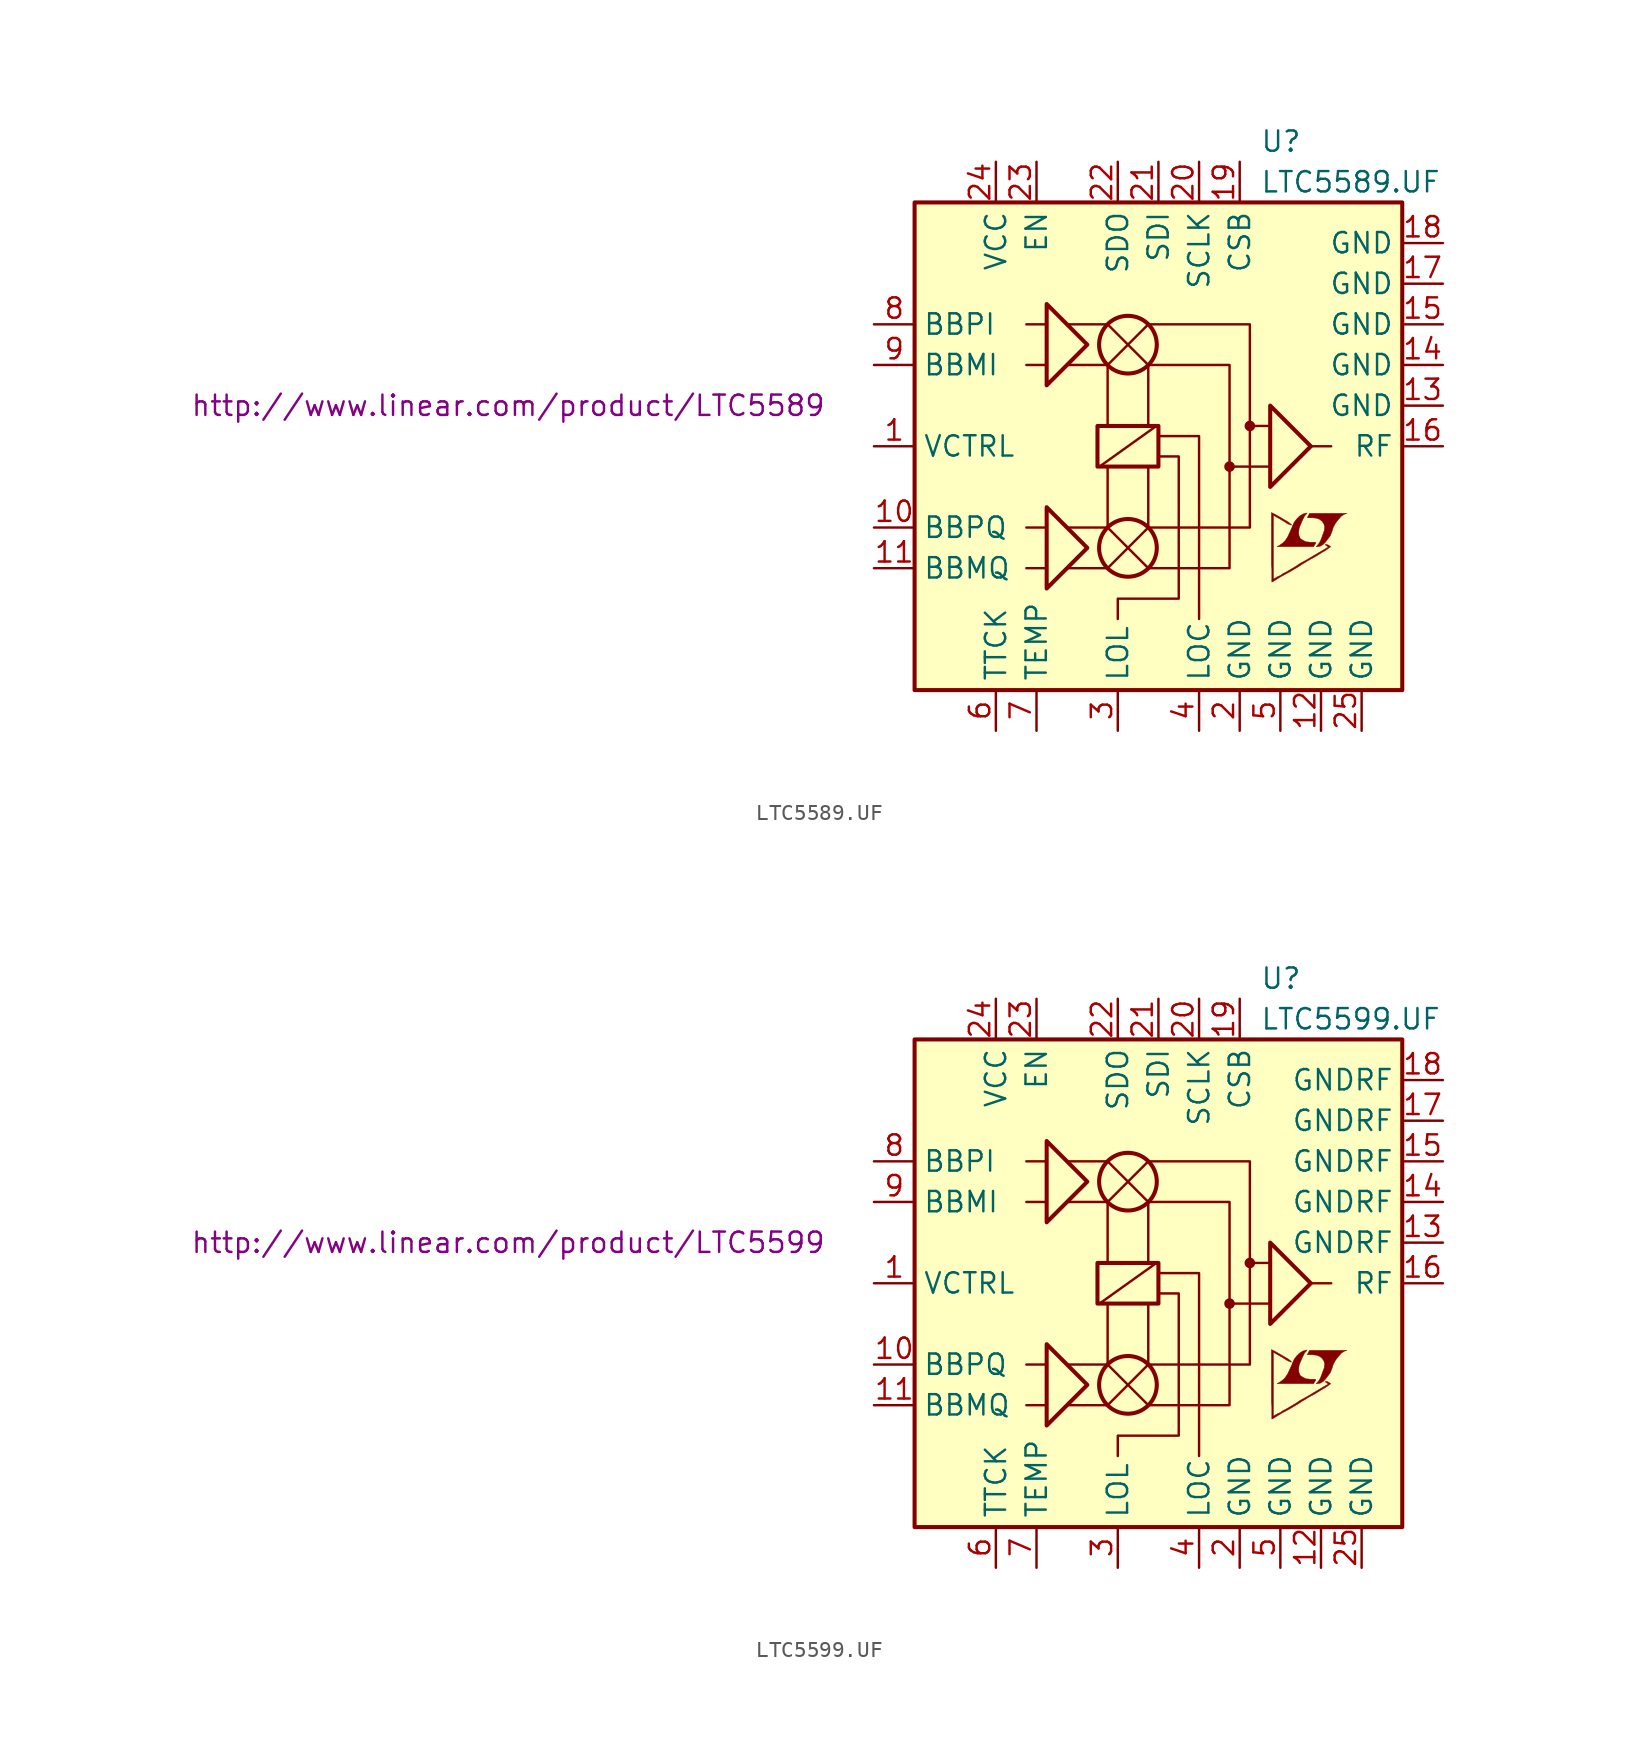
<source format=kicad_sym>
(kicad_symbol_lib
  (version 20201005)
  (generator kicad_symbol_editor)
  (symbol "LTC5589.UF"
    (property "Reference" "U"
      (at 6.35 19.05 0)
      (effects (font (size 1.27 1.27)) (justify left)))
    (property "Value" "LTC5589.UF"
      (at 6.35 16.51 0)
      (effects (font (size 1.27 1.27)) (justify left)))
    (property "Datasheet" "http://www.linear.com/product/LTC5589"
      (at -40.64 2.54 0)
      (effects (font (size 1.27 1.27))))
    (symbol "LTC5589.UF_0_0"
      (polyline (pts (xy 10.109 -6.248) (xy 10.287 -6.147) (xy 10.439 -5.994) (xy 10.744 -5.588) (xy 10.846 -5.334) (xy 10.922 -5.08) (xy 11.074 -4.801) (xy 11.252 -4.572) (xy 11.43 -4.369) (xy 11.633 -4.242) (xy 11.786 -4.191) (xy 9.449 -4.191) (xy 9.373 -4.318) (xy 9.373 -4.343) (xy 9.322 -4.42) (xy 9.296 -4.445) (xy 9.347 -4.47) (xy 9.627 -4.47) (xy 9.881 -4.496) (xy 10.084 -4.572) (xy 10.236 -4.699) (xy 10.338 -4.851) (xy 10.389 -5.029) (xy 10.363 -5.258) (xy 10.363 -5.283) (xy 10.135 -5.893) (xy 10.033 -6.071) (xy 9.931 -6.198) (xy 9.855 -6.274) (xy 9.957 -6.274) (xy 10.109 -6.248)) (stroke (width 0.025)) (fill (type outline)))
      (polyline (pts (xy 9.754 -6.172) (xy 9.779 -6.147) (xy 9.83 -6.071) (xy 9.83 -6.02) (xy 9.779 -5.994) (xy 9.474 -5.994) (xy 9.22 -5.969) (xy 9.017 -5.867) (xy 8.865 -5.766) (xy 8.788 -5.588) (xy 8.763 -5.41) (xy 8.788 -5.182) (xy 8.788 -5.156) (xy 8.839 -5.004) (xy 8.992 -4.648) (xy 9.144 -4.343) (xy 9.22 -4.267) (xy 9.296 -4.166) (xy 9.169 -4.191) (xy 9.017 -4.242) (xy 8.814 -4.369) (xy 8.636 -4.547) (xy 8.484 -4.75) (xy 8.357 -5.029) (xy 8.357 -5.055) (xy 8.204 -5.385) (xy 8.077 -5.664) (xy 7.925 -5.893) (xy 7.772 -6.045) (xy 7.595 -6.172) (xy 7.417 -6.274) (xy 9.703 -6.274) (xy 9.754 -6.172)) (stroke (width 0.025)) (fill (type outline)))
      (polyline (pts (xy 7.163 -8.458) (xy 7.239 -8.407) (xy 7.366 -8.331) (xy 7.442 -8.28) (xy 7.696 -8.128) (xy 8.255 -7.823) (xy 8.763 -7.518) (xy 8.992 -7.366) (xy 9.169 -7.264) (xy 9.322 -7.163) (xy 9.423 -7.112) (xy 9.5 -7.061) (xy 9.652 -6.985) (xy 9.83 -6.883) (xy 10.236 -6.629) (xy 10.414 -6.528) (xy 10.566 -6.426) (xy 10.668 -6.35) (xy 10.744 -6.299) (xy 10.77 -6.274) (xy 10.617 -6.172) (xy 10.465 -6.121) (xy 10.439 -6.147) (xy 10.439 -6.172) (xy 10.516 -6.223) (xy 10.617 -6.299) (xy 9.703 -6.833) (xy 9.5 -6.96) (xy 9.195 -7.137) (xy 8.865 -7.315) (xy 8.56 -7.518) (xy 8.255 -7.696) (xy 8.001 -7.849) (xy 7.798 -7.95) (xy 7.62 -8.077) (xy 7.442 -8.153) (xy 7.315 -8.23) (xy 7.214 -8.28) (xy 7.188 -8.306) (xy 7.188 -4.318) (xy 7.722 -4.623) (xy 7.849 -4.699) (xy 8.001 -4.801) (xy 8.153 -4.877) (xy 8.23 -4.902) (xy 8.28 -4.928) (xy 8.306 -4.928) (xy 8.306 -4.877) (xy 8.23 -4.826) (xy 8.103 -4.724) (xy 7.925 -4.623) (xy 7.798 -4.547) (xy 7.442 -4.343) (xy 7.315 -4.267) (xy 7.061 -4.14) (xy 7.061 -7.417) (xy 7.087 -7.722) (xy 7.087 -8.484) (xy 7.112 -8.484) (xy 7.163 -8.458)) (stroke (width 0.025)) (fill (type outline))))
    (symbol "LTC5589.UF_0_1"
      (circle (center -1.905 -6.35) (radius 1.803) (stroke (width 0.254)) (fill (type none)))
      (circle (center -1.905 6.35) (radius 1.803) (stroke (width 0.254)) (fill (type none)))
      (circle (center 4.445 -1.27) (radius 0.254) (stroke (width 0)) (fill (type outline)))
      (circle (center 5.715 1.27) (radius 0) (stroke (width 0)) (fill (type none)))
      (circle (center 5.715 1.27) (radius 0.254) (stroke (width 0)) (fill (type outline)))
      (rectangle (start -15.24 15.24) (end 15.24 -15.24) (stroke (width 0.254)) (fill (type background)))
      (rectangle (start -3.81 1.27) (end 0 -1.27) (stroke (width 0.254)) (fill (type none)))
      (polyline (pts (xy -6.985 -7.62) (xy -8.255 -7.62)) (stroke (width 0)) (fill (type none)))
      (polyline (pts (xy -6.985 -5.08) (xy -8.255 -5.08)) (stroke (width 0)) (fill (type none)))
      (polyline (pts (xy -6.985 5.08) (xy -8.255 5.08)) (stroke (width 0)) (fill (type none)))
      (polyline (pts (xy -6.985 7.62) (xy -8.255 7.62)) (stroke (width 0)) (fill (type none)))
      (polyline (pts (xy -5.715 -7.62) (xy -3.175 -7.62)) (stroke (width 0)) (fill (type none)))
      (polyline (pts (xy -5.715 -5.08) (xy -3.175 -5.08)) (stroke (width 0)) (fill (type none)))
      (polyline (pts (xy -5.715 5.08) (xy -3.175 5.08)) (stroke (width 0)) (fill (type none)))
      (polyline (pts (xy -5.715 7.62) (xy -3.175 7.62)) (stroke (width 0)) (fill (type none)))
      (polyline (pts (xy -3.683 -1.27) (xy -0.127 1.27)) (stroke (width 0)) (fill (type none)))
      (polyline (pts (xy -3.175 -7.62) (xy -0.635 -5.08)) (stroke (width 0)) (fill (type none)))
      (polyline (pts (xy -3.175 -5.08) (xy -3.175 -1.27)) (stroke (width 0)) (fill (type none)))
      (polyline (pts (xy -3.175 -5.08) (xy -0.635 -7.62)) (stroke (width 0)) (fill (type none)))
      (polyline (pts (xy -3.175 5.08) (xy -3.175 1.27)) (stroke (width 0)) (fill (type none)))
      (polyline (pts (xy -3.175 5.08) (xy -0.635 7.62)) (stroke (width 0)) (fill (type none)))
      (polyline (pts (xy -3.175 7.62) (xy -0.635 5.08)) (stroke (width 0)) (fill (type none)))
      (polyline (pts (xy -0.635 -1.27) (xy -0.635 -5.08)) (stroke (width 0)) (fill (type none)))
      (polyline (pts (xy -0.635 1.27) (xy -0.635 5.08)) (stroke (width 0)) (fill (type none)))
      (polyline (pts (xy 6.985 -1.27) (xy 4.445 -1.27)) (stroke (width 0)) (fill (type none)))
      (polyline (pts (xy 6.985 1.27) (xy 5.715 1.27)) (stroke (width 0)) (fill (type none)))
      (polyline (pts (xy 9.525 0) (xy 10.795 0)) (stroke (width 0)) (fill (type none)))
      (polyline (pts (xy 2.54 -10.795) (xy 2.54 0.635) (xy 0 0.635)) (stroke (width 0)) (fill (type none)))
      (polyline (pts (xy -4.445 -6.35) (xy -6.985 -8.89) (xy -6.985 -3.81) (xy -4.445 -6.35)) (stroke (width 0.254)) (fill (type none)))
      (polyline (pts (xy -4.445 6.35) (xy -6.985 8.89) (xy -6.985 3.81) (xy -4.445 6.35)) (stroke (width 0.254)) (fill (type none)))
      (polyline (pts (xy -0.635 5.08) (xy 4.445 5.08) (xy 4.445 -7.62) (xy -0.635 -7.62)) (stroke (width 0)) (fill (type none)))
      (polyline (pts (xy -0.635 7.62) (xy 5.715 7.62) (xy 5.715 -5.08) (xy -0.635 -5.08)) (stroke (width 0)) (fill (type none)))
      (polyline (pts (xy 9.525 0) (xy 6.985 2.54) (xy 6.985 -2.54) (xy 9.525 0)) (stroke (width 0.254)) (fill (type none)))
      (polyline (pts (xy -2.54 -10.795) (xy -2.54 -9.525) (xy 1.27 -9.525) (xy 1.27 -0.635) (xy 0 -0.635)) (stroke (width 0)) (fill (type none))))
    (symbol "LTC5589.UF_1_1"
      (pin input line (at -17.78 0 0) (length 2.54) (name "VCTRL" (effects (font (size 1.27 1.27)))) (number "1" (effects (font (size 1.27 1.27)))))
      (pin input line (at -17.78 -5.08 0) (length 2.54) (name "BBPQ" (effects (font (size 1.27 1.27)))) (number "10" (effects (font (size 1.27 1.27)))))
      (pin input line (at -17.78 -7.62 0) (length 2.54) (name "BBMQ" (effects (font (size 1.27 1.27)))) (number "11" (effects (font (size 1.27 1.27)))))
      (pin power_in line (at 10.16 -17.78 90) (length 2.54) (name "GND" (effects (font (size 1.27 1.27)))) (number "12" (effects (font (size 1.27 1.27)))))
      (pin power_in line (at 17.78 2.54 180) (length 2.54) (name "GND" (effects (font (size 1.27 1.27)))) (number "13" (effects (font (size 1.27 1.27)))))
      (pin power_in line (at 17.78 5.08 180) (length 2.54) (name "GND" (effects (font (size 1.27 1.27)))) (number "14" (effects (font (size 1.27 1.27)))))
      (pin power_in line (at 17.78 7.62 180) (length 2.54) (name "GND" (effects (font (size 1.27 1.27)))) (number "15" (effects (font (size 1.27 1.27)))))
      (pin output line (at 17.78 0 180) (length 2.54) (name "RF" (effects (font (size 1.27 1.27)))) (number "16" (effects (font (size 1.27 1.27)))))
      (pin power_in line (at 17.78 10.16 180) (length 2.54) (name "GND" (effects (font (size 1.27 1.27)))) (number "17" (effects (font (size 1.27 1.27)))))
      (pin power_in line (at 17.78 12.7 180) (length 2.54) (name "GND" (effects (font (size 1.27 1.27)))) (number "18" (effects (font (size 1.27 1.27)))))
      (pin input line (at 5.08 17.78 270) (length 2.54) (name "CSB" (effects (font (size 1.27 1.27)))) (number "19" (effects (font (size 1.27 1.27)))))
      (pin power_in line (at 5.08 -17.78 90) (length 2.54) (name "GND" (effects (font (size 1.27 1.27)))) (number "2" (effects (font (size 1.27 1.27)))))
      (pin input line (at 2.54 17.78 270) (length 2.54) (name "SCLK" (effects (font (size 1.27 1.27)))) (number "20" (effects (font (size 1.27 1.27)))))
      (pin input line (at 0 17.78 270) (length 2.54) (name "SDI" (effects (font (size 1.27 1.27)))) (number "21" (effects (font (size 1.27 1.27)))))
      (pin output line (at -2.54 17.78 270) (length 2.54) (name "SDO" (effects (font (size 1.27 1.27)))) (number "22" (effects (font (size 1.27 1.27)))))
      (pin input line (at -7.62 17.78 270) (length 2.54) (name "EN" (effects (font (size 1.27 1.27)))) (number "23" (effects (font (size 1.27 1.27)))))
      (pin power_in line (at -10.16 17.78 270) (length 2.54) (name "VCC" (effects (font (size 1.27 1.27)))) (number "24" (effects (font (size 1.27 1.27)))))
      (pin power_in line (at 12.7 -17.78 90) (length 2.54) (name "GND" (effects (font (size 1.27 1.27)))) (number "25" (effects (font (size 1.27 1.27)))))
      (pin input line (at -2.54 -17.78 90) (length 2.54) (name "LOL" (effects (font (size 1.27 1.27)))) (number "3" (effects (font (size 1.27 1.27)))))
      (pin input line (at 2.54 -17.78 90) (length 2.54) (name "LOC" (effects (font (size 1.27 1.27)))) (number "4" (effects (font (size 1.27 1.27)))))
      (pin power_in line (at 7.62 -17.78 90) (length 2.54) (name "GND" (effects (font (size 1.27 1.27)))) (number "5" (effects (font (size 1.27 1.27)))))
      (pin passive line (at -10.16 -17.78 90) (length 2.54) (name "TTCK" (effects (font (size 1.27 1.27)))) (number "6" (effects (font (size 1.27 1.27)))))
      (pin passive line (at -7.62 -17.78 90) (length 2.54) (name "TEMP" (effects (font (size 1.27 1.27)))) (number "7" (effects (font (size 1.27 1.27)))))
      (pin input line (at -17.78 7.62 0) (length 2.54) (name "BBPI" (effects (font (size 1.27 1.27)))) (number "8" (effects (font (size 1.27 1.27)))))
      (pin input line (at -17.78 5.08 0) (length 2.54) (name "BBMI" (effects (font (size 1.27 1.27)))) (number "9" (effects (font (size 1.27 1.27)))))))
  (symbol "LTC5599.UF"
    (property "Reference" "U"
      (at 6.35 19.05 0)
      (effects (font (size 1.27 1.27)) (justify left)))
    (property "Value" "LTC5599.UF"
      (at 6.35 16.51 0)
      (effects (font (size 1.27 1.27)) (justify left)))
    (property "Datasheet" "http://www.linear.com/product/LTC5599"
      (at -40.64 2.54 0)
      (effects (font (size 1.27 1.27))))
    (symbol "LTC5599.UF_0_0"
      (polyline (pts (xy 10.109 -6.248) (xy 10.287 -6.147) (xy 10.439 -5.994) (xy 10.744 -5.588) (xy 10.846 -5.334) (xy 10.922 -5.08) (xy 11.074 -4.801) (xy 11.252 -4.572) (xy 11.43 -4.369) (xy 11.633 -4.242) (xy 11.786 -4.191) (xy 9.449 -4.191) (xy 9.373 -4.318) (xy 9.373 -4.343) (xy 9.322 -4.42) (xy 9.296 -4.445) (xy 9.347 -4.47) (xy 9.627 -4.47) (xy 9.881 -4.496) (xy 10.084 -4.572) (xy 10.236 -4.699) (xy 10.338 -4.851) (xy 10.389 -5.029) (xy 10.363 -5.258) (xy 10.363 -5.283) (xy 10.135 -5.893) (xy 10.033 -6.071) (xy 9.931 -6.198) (xy 9.855 -6.274) (xy 9.957 -6.274) (xy 10.109 -6.248)) (stroke (width 0.025)) (fill (type outline)))
      (polyline (pts (xy 9.754 -6.172) (xy 9.779 -6.147) (xy 9.83 -6.071) (xy 9.83 -6.02) (xy 9.779 -5.994) (xy 9.474 -5.994) (xy 9.22 -5.969) (xy 9.017 -5.867) (xy 8.865 -5.766) (xy 8.788 -5.588) (xy 8.763 -5.41) (xy 8.788 -5.182) (xy 8.788 -5.156) (xy 8.839 -5.004) (xy 8.992 -4.648) (xy 9.144 -4.343) (xy 9.22 -4.267) (xy 9.296 -4.166) (xy 9.169 -4.191) (xy 9.017 -4.242) (xy 8.814 -4.369) (xy 8.636 -4.547) (xy 8.484 -4.75) (xy 8.357 -5.029) (xy 8.357 -5.055) (xy 8.204 -5.385) (xy 8.077 -5.664) (xy 7.925 -5.893) (xy 7.772 -6.045) (xy 7.595 -6.172) (xy 7.417 -6.274) (xy 9.703 -6.274) (xy 9.754 -6.172)) (stroke (width 0.025)) (fill (type outline)))
      (polyline (pts (xy 7.163 -8.458) (xy 7.239 -8.407) (xy 7.366 -8.331) (xy 7.442 -8.28) (xy 7.696 -8.128) (xy 8.255 -7.823) (xy 8.763 -7.518) (xy 8.992 -7.366) (xy 9.169 -7.264) (xy 9.322 -7.163) (xy 9.423 -7.112) (xy 9.5 -7.061) (xy 9.652 -6.985) (xy 9.83 -6.883) (xy 10.236 -6.629) (xy 10.414 -6.528) (xy 10.566 -6.426) (xy 10.668 -6.35) (xy 10.744 -6.299) (xy 10.77 -6.274) (xy 10.617 -6.172) (xy 10.465 -6.121) (xy 10.439 -6.147) (xy 10.439 -6.172) (xy 10.516 -6.223) (xy 10.617 -6.299) (xy 9.703 -6.833) (xy 9.5 -6.96) (xy 9.195 -7.137) (xy 8.865 -7.315) (xy 8.56 -7.518) (xy 8.255 -7.696) (xy 8.001 -7.849) (xy 7.798 -7.95) (xy 7.62 -8.077) (xy 7.442 -8.153) (xy 7.315 -8.23) (xy 7.214 -8.28) (xy 7.188 -8.306) (xy 7.188 -4.318) (xy 7.722 -4.623) (xy 7.849 -4.699) (xy 8.001 -4.801) (xy 8.153 -4.877) (xy 8.23 -4.902) (xy 8.28 -4.928) (xy 8.306 -4.928) (xy 8.306 -4.877) (xy 8.23 -4.826) (xy 8.103 -4.724) (xy 7.925 -4.623) (xy 7.798 -4.547) (xy 7.442 -4.343) (xy 7.315 -4.267) (xy 7.061 -4.14) (xy 7.061 -7.417) (xy 7.087 -7.722) (xy 7.087 -8.484) (xy 7.112 -8.484) (xy 7.163 -8.458)) (stroke (width 0.025)) (fill (type outline))))
    (symbol "LTC5599.UF_0_1"
      (circle (center -1.905 -6.35) (radius 1.803) (stroke (width 0.254)) (fill (type none)))
      (circle (center -1.905 6.35) (radius 1.803) (stroke (width 0.254)) (fill (type none)))
      (circle (center 4.445 -1.27) (radius 0.254) (stroke (width 0)) (fill (type outline)))
      (circle (center 5.715 1.27) (radius 0) (stroke (width 0)) (fill (type none)))
      (circle (center 5.715 1.27) (radius 0.254) (stroke (width 0)) (fill (type outline)))
      (rectangle (start -15.24 15.24) (end 15.24 -15.24) (stroke (width 0.254)) (fill (type background)))
      (rectangle (start -3.81 1.27) (end 0 -1.27) (stroke (width 0.254)) (fill (type none)))
      (polyline (pts (xy -6.985 -7.62) (xy -8.255 -7.62)) (stroke (width 0)) (fill (type none)))
      (polyline (pts (xy -6.985 -5.08) (xy -8.255 -5.08)) (stroke (width 0)) (fill (type none)))
      (polyline (pts (xy -6.985 5.08) (xy -8.255 5.08)) (stroke (width 0)) (fill (type none)))
      (polyline (pts (xy -6.985 7.62) (xy -8.255 7.62)) (stroke (width 0)) (fill (type none)))
      (polyline (pts (xy -5.715 -7.62) (xy -3.175 -7.62)) (stroke (width 0)) (fill (type none)))
      (polyline (pts (xy -5.715 -5.08) (xy -3.175 -5.08)) (stroke (width 0)) (fill (type none)))
      (polyline (pts (xy -5.715 5.08) (xy -3.175 5.08)) (stroke (width 0)) (fill (type none)))
      (polyline (pts (xy -5.715 7.62) (xy -3.175 7.62)) (stroke (width 0)) (fill (type none)))
      (polyline (pts (xy -3.683 -1.27) (xy -0.127 1.27)) (stroke (width 0)) (fill (type none)))
      (polyline (pts (xy -3.175 -7.62) (xy -0.635 -5.08)) (stroke (width 0)) (fill (type none)))
      (polyline (pts (xy -3.175 -5.08) (xy -3.175 -1.27)) (stroke (width 0)) (fill (type none)))
      (polyline (pts (xy -3.175 -5.08) (xy -0.635 -7.62)) (stroke (width 0)) (fill (type none)))
      (polyline (pts (xy -3.175 5.08) (xy -3.175 1.27)) (stroke (width 0)) (fill (type none)))
      (polyline (pts (xy -3.175 5.08) (xy -0.635 7.62)) (stroke (width 0)) (fill (type none)))
      (polyline (pts (xy -3.175 7.62) (xy -0.635 5.08)) (stroke (width 0)) (fill (type none)))
      (polyline (pts (xy -0.635 -1.27) (xy -0.635 -5.08)) (stroke (width 0)) (fill (type none)))
      (polyline (pts (xy -0.635 1.27) (xy -0.635 5.08)) (stroke (width 0)) (fill (type none)))
      (polyline (pts (xy 6.985 -1.27) (xy 4.445 -1.27)) (stroke (width 0)) (fill (type none)))
      (polyline (pts (xy 6.985 1.27) (xy 5.715 1.27)) (stroke (width 0)) (fill (type none)))
      (polyline (pts (xy 9.525 0) (xy 10.795 0)) (stroke (width 0)) (fill (type none)))
      (polyline (pts (xy 2.54 -10.795) (xy 2.54 0.635) (xy 0 0.635)) (stroke (width 0)) (fill (type none)))
      (polyline (pts (xy -4.445 -6.35) (xy -6.985 -8.89) (xy -6.985 -3.81) (xy -4.445 -6.35)) (stroke (width 0.254)) (fill (type none)))
      (polyline (pts (xy -4.445 6.35) (xy -6.985 8.89) (xy -6.985 3.81) (xy -4.445 6.35)) (stroke (width 0.254)) (fill (type none)))
      (polyline (pts (xy -0.635 5.08) (xy 4.445 5.08) (xy 4.445 -7.62) (xy -0.635 -7.62)) (stroke (width 0)) (fill (type none)))
      (polyline (pts (xy -0.635 7.62) (xy 5.715 7.62) (xy 5.715 -5.08) (xy -0.635 -5.08)) (stroke (width 0)) (fill (type none)))
      (polyline (pts (xy 9.525 0) (xy 6.985 2.54) (xy 6.985 -2.54) (xy 9.525 0)) (stroke (width 0.254)) (fill (type none)))
      (polyline (pts (xy -2.54 -10.795) (xy -2.54 -9.525) (xy 1.27 -9.525) (xy 1.27 -0.635) (xy 0 -0.635)) (stroke (width 0)) (fill (type none))))
    (symbol "LTC5599.UF_1_1"
      (pin input line (at -17.78 0 0) (length 2.54) (name "VCTRL" (effects (font (size 1.27 1.27)))) (number "1" (effects (font (size 1.27 1.27)))))
      (pin input line (at -17.78 -5.08 0) (length 2.54) (name "BBPQ" (effects (font (size 1.27 1.27)))) (number "10" (effects (font (size 1.27 1.27)))))
      (pin input line (at -17.78 -7.62 0) (length 2.54) (name "BBMQ" (effects (font (size 1.27 1.27)))) (number "11" (effects (font (size 1.27 1.27)))))
      (pin power_in line (at 10.16 -17.78 90) (length 2.54) (name "GND" (effects (font (size 1.27 1.27)))) (number "12" (effects (font (size 1.27 1.27)))))
      (pin power_in line (at 17.78 2.54 180) (length 2.54) (name "GNDRF" (effects (font (size 1.27 1.27)))) (number "13" (effects (font (size 1.27 1.27)))))
      (pin power_in line (at 17.78 5.08 180) (length 2.54) (name "GNDRF" (effects (font (size 1.27 1.27)))) (number "14" (effects (font (size 1.27 1.27)))))
      (pin power_in line (at 17.78 7.62 180) (length 2.54) (name "GNDRF" (effects (font (size 1.27 1.27)))) (number "15" (effects (font (size 1.27 1.27)))))
      (pin output line (at 17.78 0 180) (length 2.54) (name "RF" (effects (font (size 1.27 1.27)))) (number "16" (effects (font (size 1.27 1.27)))))
      (pin power_in line (at 17.78 10.16 180) (length 2.54) (name "GNDRF" (effects (font (size 1.27 1.27)))) (number "17" (effects (font (size 1.27 1.27)))))
      (pin power_in line (at 17.78 12.7 180) (length 2.54) (name "GNDRF" (effects (font (size 1.27 1.27)))) (number "18" (effects (font (size 1.27 1.27)))))
      (pin input line (at 5.08 17.78 270) (length 2.54) (name "CSB" (effects (font (size 1.27 1.27)))) (number "19" (effects (font (size 1.27 1.27)))))
      (pin power_in line (at 5.08 -17.78 90) (length 2.54) (name "GND" (effects (font (size 1.27 1.27)))) (number "2" (effects (font (size 1.27 1.27)))))
      (pin input line (at 2.54 17.78 270) (length 2.54) (name "SCLK" (effects (font (size 1.27 1.27)))) (number "20" (effects (font (size 1.27 1.27)))))
      (pin input line (at 0 17.78 270) (length 2.54) (name "SDI" (effects (font (size 1.27 1.27)))) (number "21" (effects (font (size 1.27 1.27)))))
      (pin output line (at -2.54 17.78 270) (length 2.54) (name "SDO" (effects (font (size 1.27 1.27)))) (number "22" (effects (font (size 1.27 1.27)))))
      (pin input line (at -7.62 17.78 270) (length 2.54) (name "EN" (effects (font (size 1.27 1.27)))) (number "23" (effects (font (size 1.27 1.27)))))
      (pin power_in line (at -10.16 17.78 270) (length 2.54) (name "VCC" (effects (font (size 1.27 1.27)))) (number "24" (effects (font (size 1.27 1.27)))))
      (pin power_in line (at 12.7 -17.78 90) (length 2.54) (name "GND" (effects (font (size 1.27 1.27)))) (number "25" (effects (font (size 1.27 1.27)))))
      (pin input line (at -2.54 -17.78 90) (length 2.54) (name "LOL" (effects (font (size 1.27 1.27)))) (number "3" (effects (font (size 1.27 1.27)))))
      (pin input line (at 2.54 -17.78 90) (length 2.54) (name "LOC" (effects (font (size 1.27 1.27)))) (number "4" (effects (font (size 1.27 1.27)))))
      (pin power_in line (at 7.62 -17.78 90) (length 2.54) (name "GND" (effects (font (size 1.27 1.27)))) (number "5" (effects (font (size 1.27 1.27)))))
      (pin passive line (at -10.16 -17.78 90) (length 2.54) (name "TTCK" (effects (font (size 1.27 1.27)))) (number "6" (effects (font (size 1.27 1.27)))))
      (pin passive line (at -7.62 -17.78 90) (length 2.54) (name "TEMP" (effects (font (size 1.27 1.27)))) (number "7" (effects (font (size 1.27 1.27)))))
      (pin input line (at -17.78 7.62 0) (length 2.54) (name "BBPI" (effects (font (size 1.27 1.27)))) (number "8" (effects (font (size 1.27 1.27)))))
      (pin input line (at -17.78 5.08 0) (length 2.54) (name "BBMI" (effects (font (size 1.27 1.27)))) (number "9" (effects (font (size 1.27 1.27))))))))
</source>
